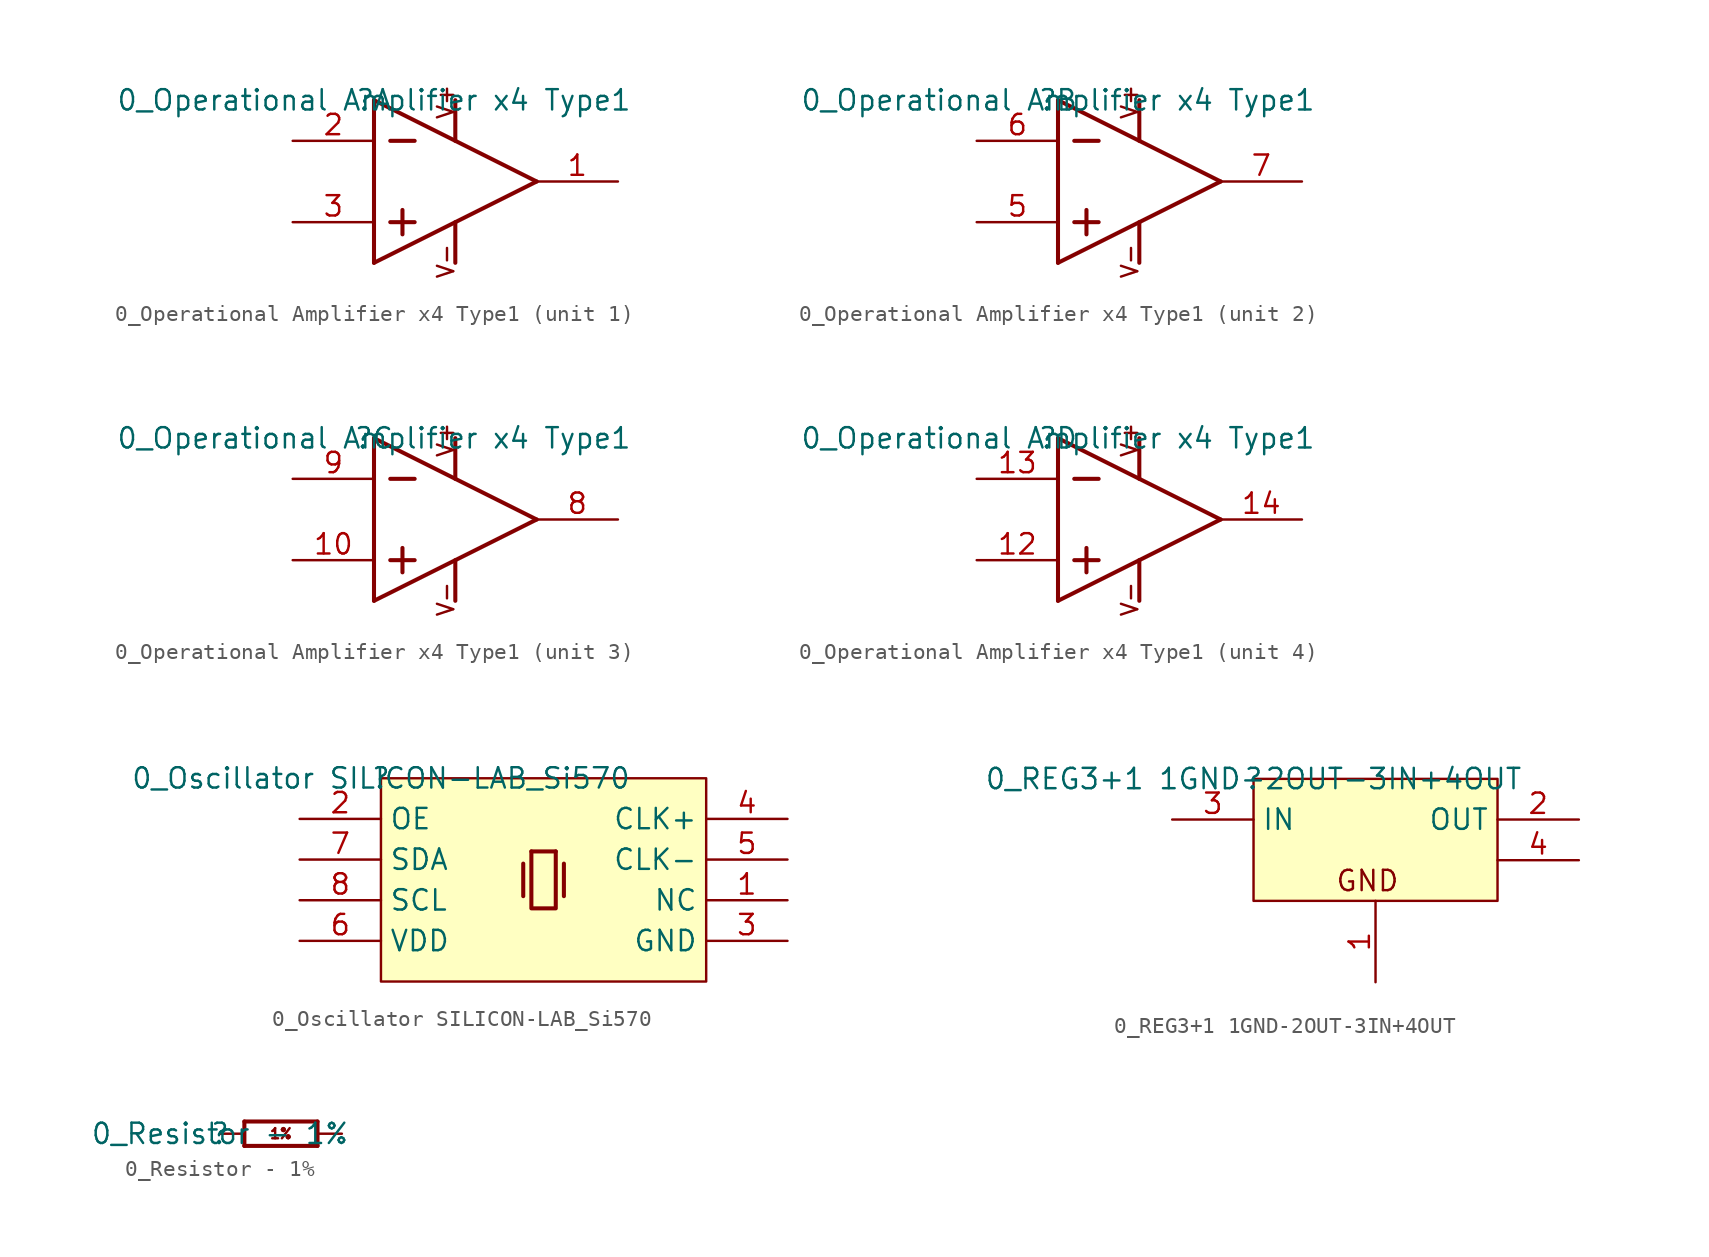
<source format=kicad_sym>
(kicad_symbol_lib
  (version 20211014)
  (generator kicad_symbol_editor)
  (symbol "0_Operational Amplifier x4 Type1"
    (property "Reference" ""
      (at 0 0 0)
      (effects (font (size 1.27 1.27))))
    (property "Value" "0_Operational Amplifier x4 Type1"
      (at 0 0 0)
      (effects (font (size 1.27 1.27))))
    (symbol "0_Operational Amplifier x4 Type1_1_0"
      (polyline (pts (xy 0 -10.16) (xy 10.16 -5.08)) (stroke (width 0.254) (type default) (color 0 0 0 0)) (fill (type none)))
      (polyline (pts (xy 0 0) (xy 0 -10.16)) (stroke (width 0.254) (type default) (color 0 0 0 0)) (fill (type none)))
      (polyline (pts (xy 0 0) (xy 10.16 -5.08)) (stroke (width 0.254) (type default) (color 0 0 0 0)) (fill (type none)))
      (polyline (pts (xy 1.016 -7.62) (xy 2.54 -7.62)) (stroke (width 0.254) (type default) (color 0 0 0 0)) (fill (type none)))
      (polyline (pts (xy 1.016 -2.54) (xy 2.54 -2.54)) (stroke (width 0.254) (type default) (color 0 0 0 0)) (fill (type none)))
      (polyline (pts (xy 1.778 -6.858) (xy 1.778 -8.382)) (stroke (width 0.254) (type default) (color 0 0 0 0)) (fill (type none)))
      (polyline (pts (xy 5.08 -7.62) (xy 5.08 -10.16)) (stroke (width 0.254) (type default) (color 0 0 0 0)) (fill (type none)))
      (polyline (pts (xy 5.08 0) (xy 5.08 -2.54)) (stroke (width 0.254) (type default) (color 0 0 0 0)) (fill (type none)))
      (text "V+" (at 5.08 -1.27 900) (effects (font (size 1.016 1.016)) (justify left bottom)))
      (text "V-" (at 5.08 -8.89 900) (effects (font (size 1.016 1.016)) (justify right bottom)))
      (pin output line (at 15.24 -5.08 180) (length 5.08) (name "OUT" (effects (font (size 0 0)))) (number "1" (effects (font (size 1.27 1.27)))))
      (pin input line (at -5.08 -2.54 0) (length 5.08) (name "IN-" (effects (font (size 0 0)))) (number "2" (effects (font (size 1.27 1.27)))))
      (pin input line (at -5.08 -7.62 0) (length 5.08) (name "IN+" (effects (font (size 0 0)))) (number "3" (effects (font (size 1.27 1.27))))))
    (symbol "0_Operational Amplifier x4 Type1_2_0"
      (polyline (pts (xy 0 -10.16) (xy 10.16 -5.08)) (stroke (width 0.254) (type default) (color 0 0 0 0)) (fill (type none)))
      (polyline (pts (xy 0 0) (xy 0 -10.16)) (stroke (width 0.254) (type default) (color 0 0 0 0)) (fill (type none)))
      (polyline (pts (xy 0 0) (xy 10.16 -5.08)) (stroke (width 0.254) (type default) (color 0 0 0 0)) (fill (type none)))
      (polyline (pts (xy 1.016 -7.62) (xy 2.54 -7.62)) (stroke (width 0.254) (type default) (color 0 0 0 0)) (fill (type none)))
      (polyline (pts (xy 1.016 -2.54) (xy 2.54 -2.54)) (stroke (width 0.254) (type default) (color 0 0 0 0)) (fill (type none)))
      (polyline (pts (xy 1.778 -6.858) (xy 1.778 -8.382)) (stroke (width 0.254) (type default) (color 0 0 0 0)) (fill (type none)))
      (polyline (pts (xy 5.08 -7.62) (xy 5.08 -10.16)) (stroke (width 0.254) (type default) (color 0 0 0 0)) (fill (type none)))
      (polyline (pts (xy 5.08 0) (xy 5.08 -2.54)) (stroke (width 0.254) (type default) (color 0 0 0 0)) (fill (type none)))
      (text "V+" (at 5.08 -1.27 900) (effects (font (size 1.016 1.016)) (justify left bottom)))
      (text "V-" (at 5.08 -8.89 900) (effects (font (size 1.016 1.016)) (justify right bottom)))
      (pin input line (at -5.08 -7.62 0) (length 5.08) (name "IN+" (effects (font (size 0 0)))) (number "5" (effects (font (size 1.27 1.27)))))
      (pin input line (at -5.08 -2.54 0) (length 5.08) (name "IN-" (effects (font (size 0 0)))) (number "6" (effects (font (size 1.27 1.27)))))
      (pin output line (at 15.24 -5.08 180) (length 5.08) (name "OUT" (effects (font (size 0 0)))) (number "7" (effects (font (size 1.27 1.27))))))
    (symbol "0_Operational Amplifier x4 Type1_3_0"
      (polyline (pts (xy 0 -10.16) (xy 10.16 -5.08)) (stroke (width 0.254) (type default) (color 0 0 0 0)) (fill (type none)))
      (polyline (pts (xy 0 0) (xy 0 -10.16)) (stroke (width 0.254) (type default) (color 0 0 0 0)) (fill (type none)))
      (polyline (pts (xy 0 0) (xy 10.16 -5.08)) (stroke (width 0.254) (type default) (color 0 0 0 0)) (fill (type none)))
      (polyline (pts (xy 1.016 -7.62) (xy 2.54 -7.62)) (stroke (width 0.254) (type default) (color 0 0 0 0)) (fill (type none)))
      (polyline (pts (xy 1.016 -2.54) (xy 2.54 -2.54)) (stroke (width 0.254) (type default) (color 0 0 0 0)) (fill (type none)))
      (polyline (pts (xy 1.778 -6.858) (xy 1.778 -8.382)) (stroke (width 0.254) (type default) (color 0 0 0 0)) (fill (type none)))
      (polyline (pts (xy 5.08 -7.62) (xy 5.08 -10.16)) (stroke (width 0.254) (type default) (color 0 0 0 0)) (fill (type none)))
      (polyline (pts (xy 5.08 0) (xy 5.08 -2.54)) (stroke (width 0.254) (type default) (color 0 0 0 0)) (fill (type none)))
      (text "V+" (at 5.08 -1.27 900) (effects (font (size 1.016 1.016)) (justify left bottom)))
      (text "V-" (at 5.08 -8.89 900) (effects (font (size 1.016 1.016)) (justify right bottom)))
      (pin input line (at -5.08 -7.62 0) (length 5.08) (name "IN+" (effects (font (size 0 0)))) (number "10" (effects (font (size 1.27 1.27)))))
      (pin output line (at 15.24 -5.08 180) (length 5.08) (name "OUT" (effects (font (size 0 0)))) (number "8" (effects (font (size 1.27 1.27)))))
      (pin input line (at -5.08 -2.54 0) (length 5.08) (name "IN-" (effects (font (size 0 0)))) (number "9" (effects (font (size 1.27 1.27))))))
    (symbol "0_Operational Amplifier x4 Type1_4_0"
      (polyline (pts (xy 0 -10.16) (xy 10.16 -5.08)) (stroke (width 0.254) (type default) (color 0 0 0 0)) (fill (type none)))
      (polyline (pts (xy 0 0) (xy 0 -10.16)) (stroke (width 0.254) (type default) (color 0 0 0 0)) (fill (type none)))
      (polyline (pts (xy 0 0) (xy 10.16 -5.08)) (stroke (width 0.254) (type default) (color 0 0 0 0)) (fill (type none)))
      (polyline (pts (xy 1.016 -7.62) (xy 2.54 -7.62)) (stroke (width 0.254) (type default) (color 0 0 0 0)) (fill (type none)))
      (polyline (pts (xy 1.016 -2.54) (xy 2.54 -2.54)) (stroke (width 0.254) (type default) (color 0 0 0 0)) (fill (type none)))
      (polyline (pts (xy 1.778 -6.858) (xy 1.778 -8.382)) (stroke (width 0.254) (type default) (color 0 0 0 0)) (fill (type none)))
      (polyline (pts (xy 5.08 -7.62) (xy 5.08 -10.16)) (stroke (width 0.254) (type default) (color 0 0 0 0)) (fill (type none)))
      (polyline (pts (xy 5.08 0) (xy 5.08 -2.54)) (stroke (width 0.254) (type default) (color 0 0 0 0)) (fill (type none)))
      (text "V+" (at 5.08 -1.27 900) (effects (font (size 1.016 1.016)) (justify left bottom)))
      (text "V-" (at 5.08 -8.89 900) (effects (font (size 1.016 1.016)) (justify right bottom)))
      (pin input line (at -5.08 -7.62 0) (length 5.08) (name "IN+" (effects (font (size 0 0)))) (number "12" (effects (font (size 1.27 1.27)))))
      (pin input line (at -5.08 -2.54 0) (length 5.08) (name "IN-" (effects (font (size 0 0)))) (number "13" (effects (font (size 1.27 1.27)))))
      (pin output line (at 15.24 -5.08 180) (length 5.08) (name "OUT" (effects (font (size 0 0)))) (number "14" (effects (font (size 1.27 1.27)))))))
  (symbol "0_Oscillator SILICON-LAB_Si570"
    (property "Reference" ""
      (at 0 0 0)
      (effects (font (size 1.27 1.27))))
    (property "Value" "0_Oscillator SILICON-LAB_Si570"
      (at 0 0 0)
      (effects (font (size 1.27 1.27))))
    (symbol "0_Oscillator SILICON-LAB_Si570_1_0"
      (polyline (pts (xy 8.89 -5.334) (xy 8.89 -7.366)) (stroke (width 0.254) (type default) (color 0 0 0 0)) (fill (type none)))
      (polyline (pts (xy 9.398 -4.572) (xy 10.922 -4.572)) (stroke (width 0.254) (type default) (color 0 0 0 0)) (fill (type none)))
      (polyline (pts (xy 11.43 -5.334) (xy 11.43 -7.366)) (stroke (width 0.254) (type default) (color 0 0 0 0)) (fill (type none)))
      (polyline (pts (xy 10.922 -4.572) (xy 10.922 -8.128) (xy 9.398 -8.128) (xy 9.398 -4.572)) (stroke (width 0.254) (type default) (color 0 0 0 0)) (fill (type none)))
      (rectangle (start 20.32 0) (end 0 -12.7) (stroke (width 0) (type default) (color 0 0 0 0)) (fill (type background)))
      (pin passive line (at 25.4 -7.62 180) (length 5.08) (name "NC" (effects (font (size 1.27 1.27)))) (number "1" (effects (font (size 1.27 1.27)))))
      (pin input line (at -5.08 -2.54 0) (length 5.08) (name "OE" (effects (font (size 1.27 1.27)))) (number "2" (effects (font (size 1.27 1.27)))))
      (pin power_in line (at 25.4 -10.16 180) (length 5.08) (name "GND" (effects (font (size 1.27 1.27)))) (number "3" (effects (font (size 1.27 1.27)))))
      (pin output line (at 25.4 -2.54 180) (length 5.08) (name "CLK+" (effects (font (size 1.27 1.27)))) (number "4" (effects (font (size 1.27 1.27)))))
      (pin output line (at 25.4 -5.08 180) (length 5.08) (name "CLK-" (effects (font (size 1.27 1.27)))) (number "5" (effects (font (size 1.27 1.27)))))
      (pin power_in line (at -5.08 -10.16 0) (length 5.08) (name "VDD" (effects (font (size 1.27 1.27)))) (number "6" (effects (font (size 1.27 1.27)))))
      (pin bidirectional line (at -5.08 -5.08 0) (length 5.08) (name "SDA" (effects (font (size 1.27 1.27)))) (number "7" (effects (font (size 1.27 1.27)))))
      (pin input line (at -5.08 -7.62 0) (length 5.08) (name "SCL" (effects (font (size 1.27 1.27)))) (number "8" (effects (font (size 1.27 1.27)))))))
  (symbol "0_REG3+1 1GND-2OUT-3IN+4OUT"
    (property "Reference" ""
      (at 0 0 0)
      (effects (font (size 1.27 1.27))))
    (property "Value" "0_REG3+1 1GND-2OUT-3IN+4OUT"
      (at 0 0 0)
      (effects (font (size 1.27 1.27))))
    (symbol "0_REG3+1 1GND-2OUT-3IN+4OUT_1_0"
      (rectangle (start 15.24 0) (end 0 -7.62) (stroke (width 0) (type default) (color 0 0 0 0)) (fill (type background)))
      (text "GND" (at 5.08 -7.112 0) (effects (font (size 1.27 1.27)) (justify left bottom)))
      (pin power_in line (at 7.62 -12.7 90) (length 5.08) (name "GND" (effects (font (size 0 0)))) (number "1" (effects (font (size 1.27 1.27)))))
      (pin power_in line (at 20.32 -2.54 180) (length 5.08) (name "OUT" (effects (font (size 1.27 1.27)))) (number "2" (effects (font (size 1.27 1.27)))))
      (pin power_in line (at -5.08 -2.54 0) (length 5.08) (name "IN" (effects (font (size 1.27 1.27)))) (number "3" (effects (font (size 1.27 1.27)))))
      (pin power_in line (at 20.32 -5.08 180) (length 5.08) (name "OUT" (effects (font (size 0 0)))) (number "4" (effects (font (size 1.27 1.27)))))))
  (symbol "0_Resistor - 1%"
    (property "Reference" ""
      (at 0 0 0)
      (effects (font (size 1.27 1.27))))
    (property "Value" "0_Resistor - 1%"
      (at 0 0 0)
      (effects (font (size 1.27 1.27))))
    (symbol "0_Resistor - 1%_1_0"
      (polyline (pts (xy 1.524 -0.762) (xy 6.096 -0.762)) (stroke (width 0.254) (type default) (color 0 0 0 0)) (fill (type none)))
      (polyline (pts (xy 1.524 0.762) (xy 1.524 -0.762)) (stroke (width 0.254) (type default) (color 0 0 0 0)) (fill (type none)))
      (polyline (pts (xy 6.096 -0.762) (xy 6.096 0.762)) (stroke (width 0.254) (type default) (color 0 0 0 0)) (fill (type none)))
      (polyline (pts (xy 6.096 0.762) (xy 1.524 0.762)) (stroke (width 0.254) (type default) (color 0 0 0 0)) (fill (type none)))
      (text "1%" (at 3.81 0 0) (effects (font (size 0.635 0.635))))
      (pin passive line (at 0 0 0) (length 1.524) (name "1" (effects (font (size 0 0)))) (number "1" (effects (font (size 0 0)))))
      (pin passive line (at 7.62 0 180) (length 1.524) (name "2" (effects (font (size 0 0)))) (number "2" (effects (font (size 0 0))))))))
</source>
